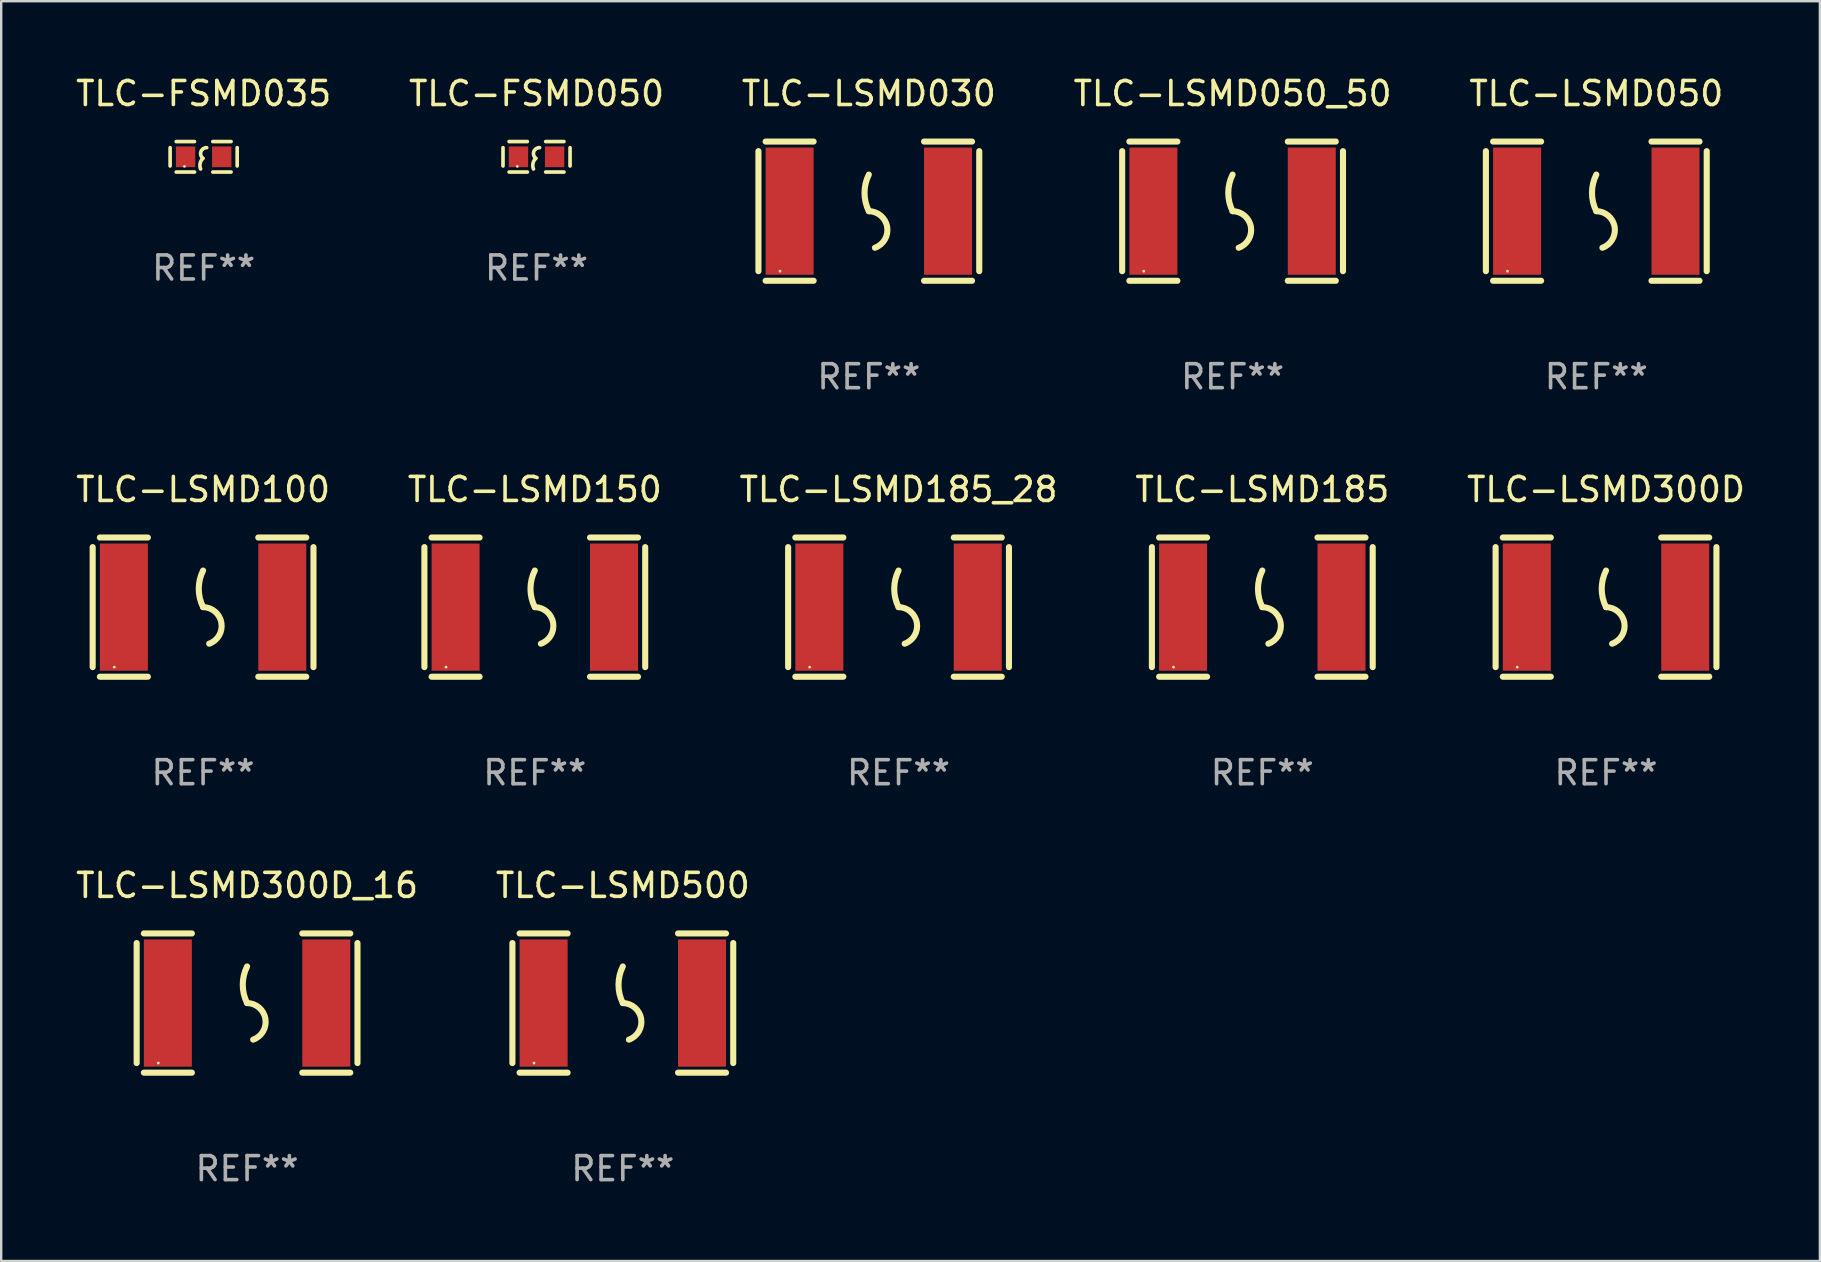
<source format=kicad_pcb>
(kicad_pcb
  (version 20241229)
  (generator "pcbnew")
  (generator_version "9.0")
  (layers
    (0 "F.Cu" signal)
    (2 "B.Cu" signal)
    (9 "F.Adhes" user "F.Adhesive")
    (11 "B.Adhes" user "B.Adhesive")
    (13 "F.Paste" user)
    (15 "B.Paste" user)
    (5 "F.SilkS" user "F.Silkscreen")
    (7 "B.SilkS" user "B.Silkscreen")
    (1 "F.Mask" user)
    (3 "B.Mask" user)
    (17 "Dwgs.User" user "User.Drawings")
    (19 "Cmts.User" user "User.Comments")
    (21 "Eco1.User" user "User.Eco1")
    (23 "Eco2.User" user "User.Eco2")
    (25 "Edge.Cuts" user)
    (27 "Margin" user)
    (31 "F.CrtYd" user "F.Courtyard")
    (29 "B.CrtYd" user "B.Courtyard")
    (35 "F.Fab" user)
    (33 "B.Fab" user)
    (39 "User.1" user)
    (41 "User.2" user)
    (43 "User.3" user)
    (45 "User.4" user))
  (footprint "TLC-LSMD030"
    (layer "F.Cu")
    (at 33.149 5.748)
    (property "Reference" "TLC-LSMD030" (at 0 -4.9 0) (layer "F.SilkS") (effects (font (size 1 1) (thickness 0.15))))
    (attr through_hole)
    (fp_line (start -4.6 -2.5) (end -4.6 2.5) (stroke (width 0.254) (type solid)) (layer "F.SilkS"))
    (fp_line (start -4.3 -2.9) (end -2.3 -2.9) (stroke (width 0.254) (type solid)) (layer "F.SilkS"))
    (fp_line (start -4.3 2.9) (end -2.3 2.9) (stroke (width 0.254) (type solid)) (layer "F.SilkS"))
    (fp_line (start 2.3 -2.9) (end 4.3 -2.9) (stroke (width 0.254) (type solid)) (layer "F.SilkS"))
    (fp_line (start 2.3 2.9) (end 4.3 2.9) (stroke (width 0.254) (type solid)) (layer "F.SilkS"))
    (fp_line (start 4.6 -2.5) (end 4.6 2.5) (stroke (width 0.254) (type solid)) (layer "F.SilkS"))
    (fp_arc (start 0 0) (mid -0.179884 -0.762002) (end 0 -1.524003) (stroke (width 0.254001) (type solid)) (layer "F.SilkS"))
    (fp_arc (start 0 0) (mid 0.763086 0.655987) (end 0.254001 1.524003) (stroke (width 0.254001) (type solid)) (layer "F.SilkS"))
    (fp_circle (center -3.7 2.5) (end -3.67 2.5) (stroke (width 0.06) (type solid)) (fill no) (layer "F.SilkS"))
    (fp_text user "REF**" (at 0 6.9 0) (layer "F.Fab") (effects (font (size 1 1) (thickness 0.15))))
    (pad "1" smd rect (at -3.3 0) (size 2 5.3) (layers "F.Cu" "F.Mask" "F.Paste"))
    (pad "2" smd rect (at 3.3 0) (size 2 5.3) (layers "F.Cu" "F.Mask" "F.Paste")))
  (footprint "TLC-LSMD185_28"
    (layer "F.Cu")
    (at 34.387 22.245)
    (property "Reference" "TLC-LSMD185_28" (at 0 -4.9 0) (layer "F.SilkS") (effects (font (size 1 1) (thickness 0.15))))
    (attr through_hole)
    (fp_line (start -4.6 -2.5) (end -4.6 2.5) (stroke (width 0.254) (type solid)) (layer "F.SilkS"))
    (fp_line (start -4.3 -2.9) (end -2.3 -2.9) (stroke (width 0.254) (type solid)) (layer "F.SilkS"))
    (fp_line (start -4.3 2.9) (end -2.3 2.9) (stroke (width 0.254) (type solid)) (layer "F.SilkS"))
    (fp_line (start 2.3 -2.9) (end 4.3 -2.9) (stroke (width 0.254) (type solid)) (layer "F.SilkS"))
    (fp_line (start 2.3 2.9) (end 4.3 2.9) (stroke (width 0.254) (type solid)) (layer "F.SilkS"))
    (fp_line (start 4.6 -2.5) (end 4.6 2.5) (stroke (width 0.254) (type solid)) (layer "F.SilkS"))
    (fp_arc (start 0 0) (mid -0.179884 -0.762002) (end 0 -1.524003) (stroke (width 0.254001) (type solid)) (layer "F.SilkS"))
    (fp_arc (start 0 0) (mid 0.763086 0.655987) (end 0.254001 1.524003) (stroke (width 0.254001) (type solid)) (layer "F.SilkS"))
    (fp_circle (center -3.7 2.5) (end -3.67 2.5) (stroke (width 0.06) (type solid)) (fill no) (layer "F.SilkS"))
    (fp_text user "REF**" (at 0 6.9 0) (layer "F.Fab") (effects (font (size 1 1) (thickness 0.15))))
    (pad "1" smd rect (at -3.3 0) (size 2 5.3) (layers "F.Cu" "F.Mask" "F.Paste"))
    (pad "2" smd rect (at 3.3 0) (size 2 5.3) (layers "F.Cu" "F.Mask" "F.Paste")))
  (footprint "TLC-LSMD500"
    (layer "F.Cu")
    (at 22.899 38.741)
    (property "Reference" "TLC-LSMD500" (at 0 -4.9 0) (layer "F.SilkS") (effects (font (size 1 1) (thickness 0.15))))
    (attr through_hole)
    (fp_line (start -4.6 -2.5) (end -4.6 2.5) (stroke (width 0.254) (type solid)) (layer "F.SilkS"))
    (fp_line (start -4.3 -2.9) (end -2.3 -2.9) (stroke (width 0.254) (type solid)) (layer "F.SilkS"))
    (fp_line (start -4.3 2.9) (end -2.3 2.9) (stroke (width 0.254) (type solid)) (layer "F.SilkS"))
    (fp_line (start 2.3 -2.9) (end 4.3 -2.9) (stroke (width 0.254) (type solid)) (layer "F.SilkS"))
    (fp_line (start 2.3 2.9) (end 4.3 2.9) (stroke (width 0.254) (type solid)) (layer "F.SilkS"))
    (fp_line (start 4.6 -2.5) (end 4.6 2.5) (stroke (width 0.254) (type solid)) (layer "F.SilkS"))
    (fp_arc (start 0 0) (mid -0.179884 -0.762002) (end 0 -1.524003) (stroke (width 0.254001) (type solid)) (layer "F.SilkS"))
    (fp_arc (start 0 0) (mid 0.763086 0.655987) (end 0.254001 1.524003) (stroke (width 0.254001) (type solid)) (layer "F.SilkS"))
    (fp_circle (center -3.7 2.5) (end -3.67 2.5) (stroke (width 0.06) (type solid)) (fill no) (layer "F.SilkS"))
    (fp_text user "REF**" (at 0 6.9 0) (layer "F.Fab") (effects (font (size 1 1) (thickness 0.15))))
    (pad "1" smd rect (at -3.3 0) (size 2 5.3) (layers "F.Cu" "F.Mask" "F.Paste"))
    (pad "2" smd rect (at 3.3 0) (size 2 5.3) (layers "F.Cu" "F.Mask" "F.Paste")))
  (footprint "TLC-LSMD150"
    (layer "F.Cu")
    (at 19.232 22.245)
    (property "Reference" "TLC-LSMD150" (at 0 -4.9 0) (layer "F.SilkS") (effects (font (size 1 1) (thickness 0.15))))
    (attr through_hole)
    (fp_line (start -4.6 -2.5) (end -4.6 2.5) (stroke (width 0.254) (type solid)) (layer "F.SilkS"))
    (fp_line (start -4.3 -2.9) (end -2.3 -2.9) (stroke (width 0.254) (type solid)) (layer "F.SilkS"))
    (fp_line (start -4.3 2.9) (end -2.3 2.9) (stroke (width 0.254) (type solid)) (layer "F.SilkS"))
    (fp_line (start 2.3 -2.9) (end 4.3 -2.9) (stroke (width 0.254) (type solid)) (layer "F.SilkS"))
    (fp_line (start 2.3 2.9) (end 4.3 2.9) (stroke (width 0.254) (type solid)) (layer "F.SilkS"))
    (fp_line (start 4.6 -2.5) (end 4.6 2.5) (stroke (width 0.254) (type solid)) (layer "F.SilkS"))
    (fp_arc (start 0 0) (mid -0.179884 -0.762002) (end 0 -1.524003) (stroke (width 0.254001) (type solid)) (layer "F.SilkS"))
    (fp_arc (start 0 0) (mid 0.763086 0.655987) (end 0.254001 1.524003) (stroke (width 0.254001) (type solid)) (layer "F.SilkS"))
    (fp_circle (center -3.7 2.5) (end -3.67 2.5) (stroke (width 0.06) (type solid)) (fill no) (layer "F.SilkS"))
    (fp_text user "REF**" (at 0 6.9 0) (layer "F.Fab") (effects (font (size 1 1) (thickness 0.15))))
    (pad "1" smd rect (at -3.3 0) (size 2 5.3) (layers "F.Cu" "F.Mask" "F.Paste"))
    (pad "2" smd rect (at 3.3 0) (size 2 5.3) (layers "F.Cu" "F.Mask" "F.Paste")))
  (footprint "TLC-LSMD050"
    (layer "F.Cu")
    (at 63.458 5.748)
    (property "Reference" "TLC-LSMD050" (at 0 -4.9 0) (layer "F.SilkS") (effects (font (size 1 1) (thickness 0.15))))
    (attr through_hole)
    (fp_line (start -4.6 -2.5) (end -4.6 2.5) (stroke (width 0.254) (type solid)) (layer "F.SilkS"))
    (fp_line (start -4.3 -2.9) (end -2.3 -2.9) (stroke (width 0.254) (type solid)) (layer "F.SilkS"))
    (fp_line (start -4.3 2.9) (end -2.3 2.9) (stroke (width 0.254) (type solid)) (layer "F.SilkS"))
    (fp_line (start 2.3 -2.9) (end 4.3 -2.9) (stroke (width 0.254) (type solid)) (layer "F.SilkS"))
    (fp_line (start 2.3 2.9) (end 4.3 2.9) (stroke (width 0.254) (type solid)) (layer "F.SilkS"))
    (fp_line (start 4.6 -2.5) (end 4.6 2.5) (stroke (width 0.254) (type solid)) (layer "F.SilkS"))
    (fp_arc (start 0 0) (mid -0.179884 -0.762002) (end 0 -1.524003) (stroke (width 0.254001) (type solid)) (layer "F.SilkS"))
    (fp_arc (start 0 0) (mid 0.763086 0.655987) (end 0.254001 1.524003) (stroke (width 0.254001) (type solid)) (layer "F.SilkS"))
    (fp_circle (center -3.7 2.5) (end -3.67 2.5) (stroke (width 0.06) (type solid)) (fill no) (layer "F.SilkS"))
    (fp_text user "REF**" (at 0 6.9 0) (layer "F.Fab") (effects (font (size 1 1) (thickness 0.15))))
    (pad "1" smd rect (at -3.3 0) (size 2 5.3) (layers "F.Cu" "F.Mask" "F.Paste"))
    (pad "2" smd rect (at 3.3 0) (size 2 5.3) (layers "F.Cu" "F.Mask" "F.Paste")))
  (footprint "TLC-LSMD100"
    (layer "F.Cu")
    (at 5.411 22.245)
    (property "Reference" "TLC-LSMD100" (at 0 -4.9 0) (layer "F.SilkS") (effects (font (size 1 1) (thickness 0.15))))
    (attr through_hole)
    (fp_line (start -4.6 -2.5) (end -4.6 2.5) (stroke (width 0.254) (type solid)) (layer "F.SilkS"))
    (fp_line (start -4.3 -2.9) (end -2.3 -2.9) (stroke (width 0.254) (type solid)) (layer "F.SilkS"))
    (fp_line (start -4.3 2.9) (end -2.3 2.9) (stroke (width 0.254) (type solid)) (layer "F.SilkS"))
    (fp_line (start 2.3 -2.9) (end 4.3 -2.9) (stroke (width 0.254) (type solid)) (layer "F.SilkS"))
    (fp_line (start 2.3 2.9) (end 4.3 2.9) (stroke (width 0.254) (type solid)) (layer "F.SilkS"))
    (fp_line (start 4.6 -2.5) (end 4.6 2.5) (stroke (width 0.254) (type solid)) (layer "F.SilkS"))
    (fp_arc (start 0 0) (mid -0.179884 -0.762002) (end 0 -1.524003) (stroke (width 0.254001) (type solid)) (layer "F.SilkS"))
    (fp_arc (start 0 0) (mid 0.763086 0.655987) (end 0.254001 1.524003) (stroke (width 0.254001) (type solid)) (layer "F.SilkS"))
    (fp_circle (center -3.7 2.5) (end -3.67 2.5) (stroke (width 0.06) (type solid)) (fill no) (layer "F.SilkS"))
    (fp_text user "REF**" (at 0 6.9 0) (layer "F.Fab") (effects (font (size 1 1) (thickness 0.15))))
    (pad "1" smd rect (at -3.3 0) (size 2 5.3) (layers "F.Cu" "F.Mask" "F.Paste"))
    (pad "2" smd rect (at 3.3 0) (size 2 5.3) (layers "F.Cu" "F.Mask" "F.Paste")))
  (footprint "TLC-FSMD035"
    (layer "F.Cu")
    (at 5.435 3.483)
    (property "Reference" "TLC-FSMD035" (at 0 -2.635 0) (layer "F.SilkS") (effects (font (size 1 1) (thickness 0.15))))
    (attr through_hole)
    (fp_line (start -1.397 -0.381) (end -1.397 0.381) (stroke (width 0.152) (type solid)) (layer "F.SilkS"))
    (fp_line (start -0.381 -0.635) (end -1.143 -0.635) (stroke (width 0.152) (type solid)) (layer "F.SilkS"))
    (fp_line (start -0.381 0.635) (end -1.143 0.635) (stroke (width 0.152) (type solid)) (layer "F.SilkS"))
    (fp_line (start 0.381 -0.635) (end 1.143 -0.635) (stroke (width 0.152) (type solid)) (layer "F.SilkS"))
    (fp_line (start 0.381 0.635) (end 1.143 0.635) (stroke (width 0.152) (type solid)) (layer "F.SilkS"))
    (fp_line (start 1.397 -0.381) (end 1.397 0.381) (stroke (width 0.152) (type solid)) (layer "F.SilkS"))
    (fp_arc (start -0.127 0.508001) (mid -0.146523 0.271131) (end -0.030861 0.0635) (stroke (width 0.151994) (type solid)) (layer "F.SilkS"))
    (fp_arc (start -0.03175 0.0635) (mid -0.113571 -0.216321) (end 0.127001 -0.381002) (stroke (width 0.151994) (type solid)) (layer "F.SilkS"))
    (fp_circle (center -0.8 0.4) (end -0.77 0.4) (stroke (width 0.06) (type solid)) (fill no) (layer "F.SilkS"))
    (fp_text user "REF**" (at 0 4.635 0) (layer "F.Fab") (effects (font (size 1 1) (thickness 0.15))))
    (pad "1" smd rect (at -0.753 0) (size 0.806 0.864) (layers "F.Cu" "F.Mask" "F.Paste"))
    (pad "2" smd rect (at 0.753 0) (size 0.806 0.864) (layers "F.Cu" "F.Mask" "F.Paste")))
  (footprint "TLC-LSMD300D"
    (layer "F.Cu")
    (at 63.863 22.245)
    (property "Reference" "TLC-LSMD300D" (at 0 -4.9 0) (layer "F.SilkS") (effects (font (size 1 1) (thickness 0.15))))
    (attr through_hole)
    (fp_line (start -4.6 -2.5) (end -4.6 2.5) (stroke (width 0.254) (type solid)) (layer "F.SilkS"))
    (fp_line (start -4.3 -2.9) (end -2.3 -2.9) (stroke (width 0.254) (type solid)) (layer "F.SilkS"))
    (fp_line (start -4.3 2.9) (end -2.3 2.9) (stroke (width 0.254) (type solid)) (layer "F.SilkS"))
    (fp_line (start 2.3 -2.9) (end 4.3 -2.9) (stroke (width 0.254) (type solid)) (layer "F.SilkS"))
    (fp_line (start 2.3 2.9) (end 4.3 2.9) (stroke (width 0.254) (type solid)) (layer "F.SilkS"))
    (fp_line (start 4.6 -2.5) (end 4.6 2.5) (stroke (width 0.254) (type solid)) (layer "F.SilkS"))
    (fp_arc (start 0 0) (mid -0.179884 -0.762002) (end 0 -1.524003) (stroke (width 0.254001) (type solid)) (layer "F.SilkS"))
    (fp_arc (start 0 0) (mid 0.763086 0.655987) (end 0.254001 1.524003) (stroke (width 0.254001) (type solid)) (layer "F.SilkS"))
    (fp_circle (center -3.7 2.5) (end -3.67 2.5) (stroke (width 0.06) (type solid)) (fill no) (layer "F.SilkS"))
    (fp_text user "REF**" (at 0 6.9 0) (layer "F.Fab") (effects (font (size 1 1) (thickness 0.15))))
    (pad "1" smd rect (at -3.3 0) (size 2 5.3) (layers "F.Cu" "F.Mask" "F.Paste"))
    (pad "2" smd rect (at 3.3 0) (size 2 5.3) (layers "F.Cu" "F.Mask" "F.Paste")))
  (footprint "TLC-LSMD300D_16"
    (layer "F.Cu")
    (at 7.244 38.741)
    (property "Reference" "TLC-LSMD300D_16" (at 0 -4.9 0) (layer "F.SilkS") (effects (font (size 1 1) (thickness 0.15))))
    (attr through_hole)
    (fp_line (start -4.6 -2.5) (end -4.6 2.5) (stroke (width 0.254) (type solid)) (layer "F.SilkS"))
    (fp_line (start -4.3 -2.9) (end -2.3 -2.9) (stroke (width 0.254) (type solid)) (layer "F.SilkS"))
    (fp_line (start -4.3 2.9) (end -2.3 2.9) (stroke (width 0.254) (type solid)) (layer "F.SilkS"))
    (fp_line (start 2.3 -2.9) (end 4.3 -2.9) (stroke (width 0.254) (type solid)) (layer "F.SilkS"))
    (fp_line (start 2.3 2.9) (end 4.3 2.9) (stroke (width 0.254) (type solid)) (layer "F.SilkS"))
    (fp_line (start 4.6 -2.5) (end 4.6 2.5) (stroke (width 0.254) (type solid)) (layer "F.SilkS"))
    (fp_arc (start 0 0) (mid -0.179884 -0.762002) (end 0 -1.524003) (stroke (width 0.254001) (type solid)) (layer "F.SilkS"))
    (fp_arc (start 0 0) (mid 0.763086 0.655987) (end 0.254001 1.524003) (stroke (width 0.254001) (type solid)) (layer "F.SilkS"))
    (fp_circle (center -3.7 2.5) (end -3.67 2.5) (stroke (width 0.06) (type solid)) (fill no) (layer "F.SilkS"))
    (fp_text user "REF**" (at 0 6.9 0) (layer "F.Fab") (effects (font (size 1 1) (thickness 0.15))))
    (pad "1" smd rect (at -3.3 0) (size 2 5.3) (layers "F.Cu" "F.Mask" "F.Paste"))
    (pad "2" smd rect (at 3.3 0) (size 2 5.3) (layers "F.Cu" "F.Mask" "F.Paste")))
  (footprint "TLC-LSMD185"
    (layer "F.Cu")
    (at 49.542 22.245)
    (property "Reference" "TLC-LSMD185" (at 0 -4.9 0) (layer "F.SilkS") (effects (font (size 1 1) (thickness 0.15))))
    (attr through_hole)
    (fp_line (start -4.6 -2.5) (end -4.6 2.5) (stroke (width 0.254) (type solid)) (layer "F.SilkS"))
    (fp_line (start -4.3 -2.9) (end -2.3 -2.9) (stroke (width 0.254) (type solid)) (layer "F.SilkS"))
    (fp_line (start -4.3 2.9) (end -2.3 2.9) (stroke (width 0.254) (type solid)) (layer "F.SilkS"))
    (fp_line (start 2.3 -2.9) (end 4.3 -2.9) (stroke (width 0.254) (type solid)) (layer "F.SilkS"))
    (fp_line (start 2.3 2.9) (end 4.3 2.9) (stroke (width 0.254) (type solid)) (layer "F.SilkS"))
    (fp_line (start 4.6 -2.5) (end 4.6 2.5) (stroke (width 0.254) (type solid)) (layer "F.SilkS"))
    (fp_arc (start 0 0) (mid -0.179884 -0.762002) (end 0 -1.524003) (stroke (width 0.254001) (type solid)) (layer "F.SilkS"))
    (fp_arc (start 0 0) (mid 0.763086 0.655987) (end 0.254001 1.524003) (stroke (width 0.254001) (type solid)) (layer "F.SilkS"))
    (fp_circle (center -3.7 2.5) (end -3.67 2.5) (stroke (width 0.06) (type solid)) (fill no) (layer "F.SilkS"))
    (fp_text user "REF**" (at 0 6.9 0) (layer "F.Fab") (effects (font (size 1 1) (thickness 0.15))))
    (pad "1" smd rect (at -3.3 0) (size 2 5.3) (layers "F.Cu" "F.Mask" "F.Paste"))
    (pad "2" smd rect (at 3.3 0) (size 2 5.3) (layers "F.Cu" "F.Mask" "F.Paste")))
  (footprint "TLC-FSMD050"
    (layer "F.Cu")
    (at 19.304 3.483)
    (property "Reference" "TLC-FSMD050" (at 0 -2.635 0) (layer "F.SilkS") (effects (font (size 1 1) (thickness 0.15))))
    (attr through_hole)
    (fp_line (start -1.397 -0.381) (end -1.397 0.381) (stroke (width 0.152) (type solid)) (layer "F.SilkS"))
    (fp_line (start -0.381 -0.635) (end -1.143 -0.635) (stroke (width 0.152) (type solid)) (layer "F.SilkS"))
    (fp_line (start -0.381 0.635) (end -1.143 0.635) (stroke (width 0.152) (type solid)) (layer "F.SilkS"))
    (fp_line (start 0.381 -0.635) (end 1.143 -0.635) (stroke (width 0.152) (type solid)) (layer "F.SilkS"))
    (fp_line (start 0.381 0.635) (end 1.143 0.635) (stroke (width 0.152) (type solid)) (layer "F.SilkS"))
    (fp_line (start 1.397 -0.381) (end 1.397 0.381) (stroke (width 0.152) (type solid)) (layer "F.SilkS"))
    (fp_arc (start -0.127 0.508001) (mid -0.146523 0.271131) (end -0.030861 0.0635) (stroke (width 0.151994) (type solid)) (layer "F.SilkS"))
    (fp_arc (start -0.03175 0.0635) (mid -0.113571 -0.216321) (end 0.127001 -0.381002) (stroke (width 0.151994) (type solid)) (layer "F.SilkS"))
    (fp_circle (center -0.8 0.4) (end -0.77 0.4) (stroke (width 0.06) (type solid)) (fill no) (layer "F.SilkS"))
    (fp_text user "REF**" (at 0 4.635 0) (layer "F.Fab") (effects (font (size 1 1) (thickness 0.15))))
    (pad "1" smd rect (at -0.753 0) (size 0.806 0.864) (layers "F.Cu" "F.Mask" "F.Paste"))
    (pad "2" smd rect (at 0.753 0) (size 0.806 0.864) (layers "F.Cu" "F.Mask" "F.Paste")))
  (footprint "TLC-LSMD050_50"
    (layer "F.Cu")
    (at 48.304 5.748)
    (property "Reference" "TLC-LSMD050_50" (at 0 -4.9 0) (layer "F.SilkS") (effects (font (size 1 1) (thickness 0.15))))
    (attr through_hole)
    (fp_line (start -4.6 -2.5) (end -4.6 2.5) (stroke (width 0.254) (type solid)) (layer "F.SilkS"))
    (fp_line (start -4.3 -2.9) (end -2.3 -2.9) (stroke (width 0.254) (type solid)) (layer "F.SilkS"))
    (fp_line (start -4.3 2.9) (end -2.3 2.9) (stroke (width 0.254) (type solid)) (layer "F.SilkS"))
    (fp_line (start 2.3 -2.9) (end 4.3 -2.9) (stroke (width 0.254) (type solid)) (layer "F.SilkS"))
    (fp_line (start 2.3 2.9) (end 4.3 2.9) (stroke (width 0.254) (type solid)) (layer "F.SilkS"))
    (fp_line (start 4.6 -2.5) (end 4.6 2.5) (stroke (width 0.254) (type solid)) (layer "F.SilkS"))
    (fp_arc (start 0 0) (mid -0.179884 -0.762002) (end 0 -1.524003) (stroke (width 0.254001) (type solid)) (layer "F.SilkS"))
    (fp_arc (start 0 0) (mid 0.763086 0.655987) (end 0.254001 1.524003) (stroke (width 0.254001) (type solid)) (layer "F.SilkS"))
    (fp_circle (center -3.7 2.5) (end -3.67 2.5) (stroke (width 0.06) (type solid)) (fill no) (layer "F.SilkS"))
    (fp_text user "REF**" (at 0 6.9 0) (layer "F.Fab") (effects (font (size 1 1) (thickness 0.15))))
    (pad "1" smd rect (at -3.3 0) (size 2 5.3) (layers "F.Cu" "F.Mask" "F.Paste"))
    (pad "2" smd rect (at 3.3 0) (size 2 5.3) (layers "F.Cu" "F.Mask" "F.Paste")))
  (gr_rect
    (start -3 -3)
    (end 72.774 49.489)
    (stroke (width 0.1) (type default))
    (fill no)
    (layer "Edge.Cuts")))
</source>
